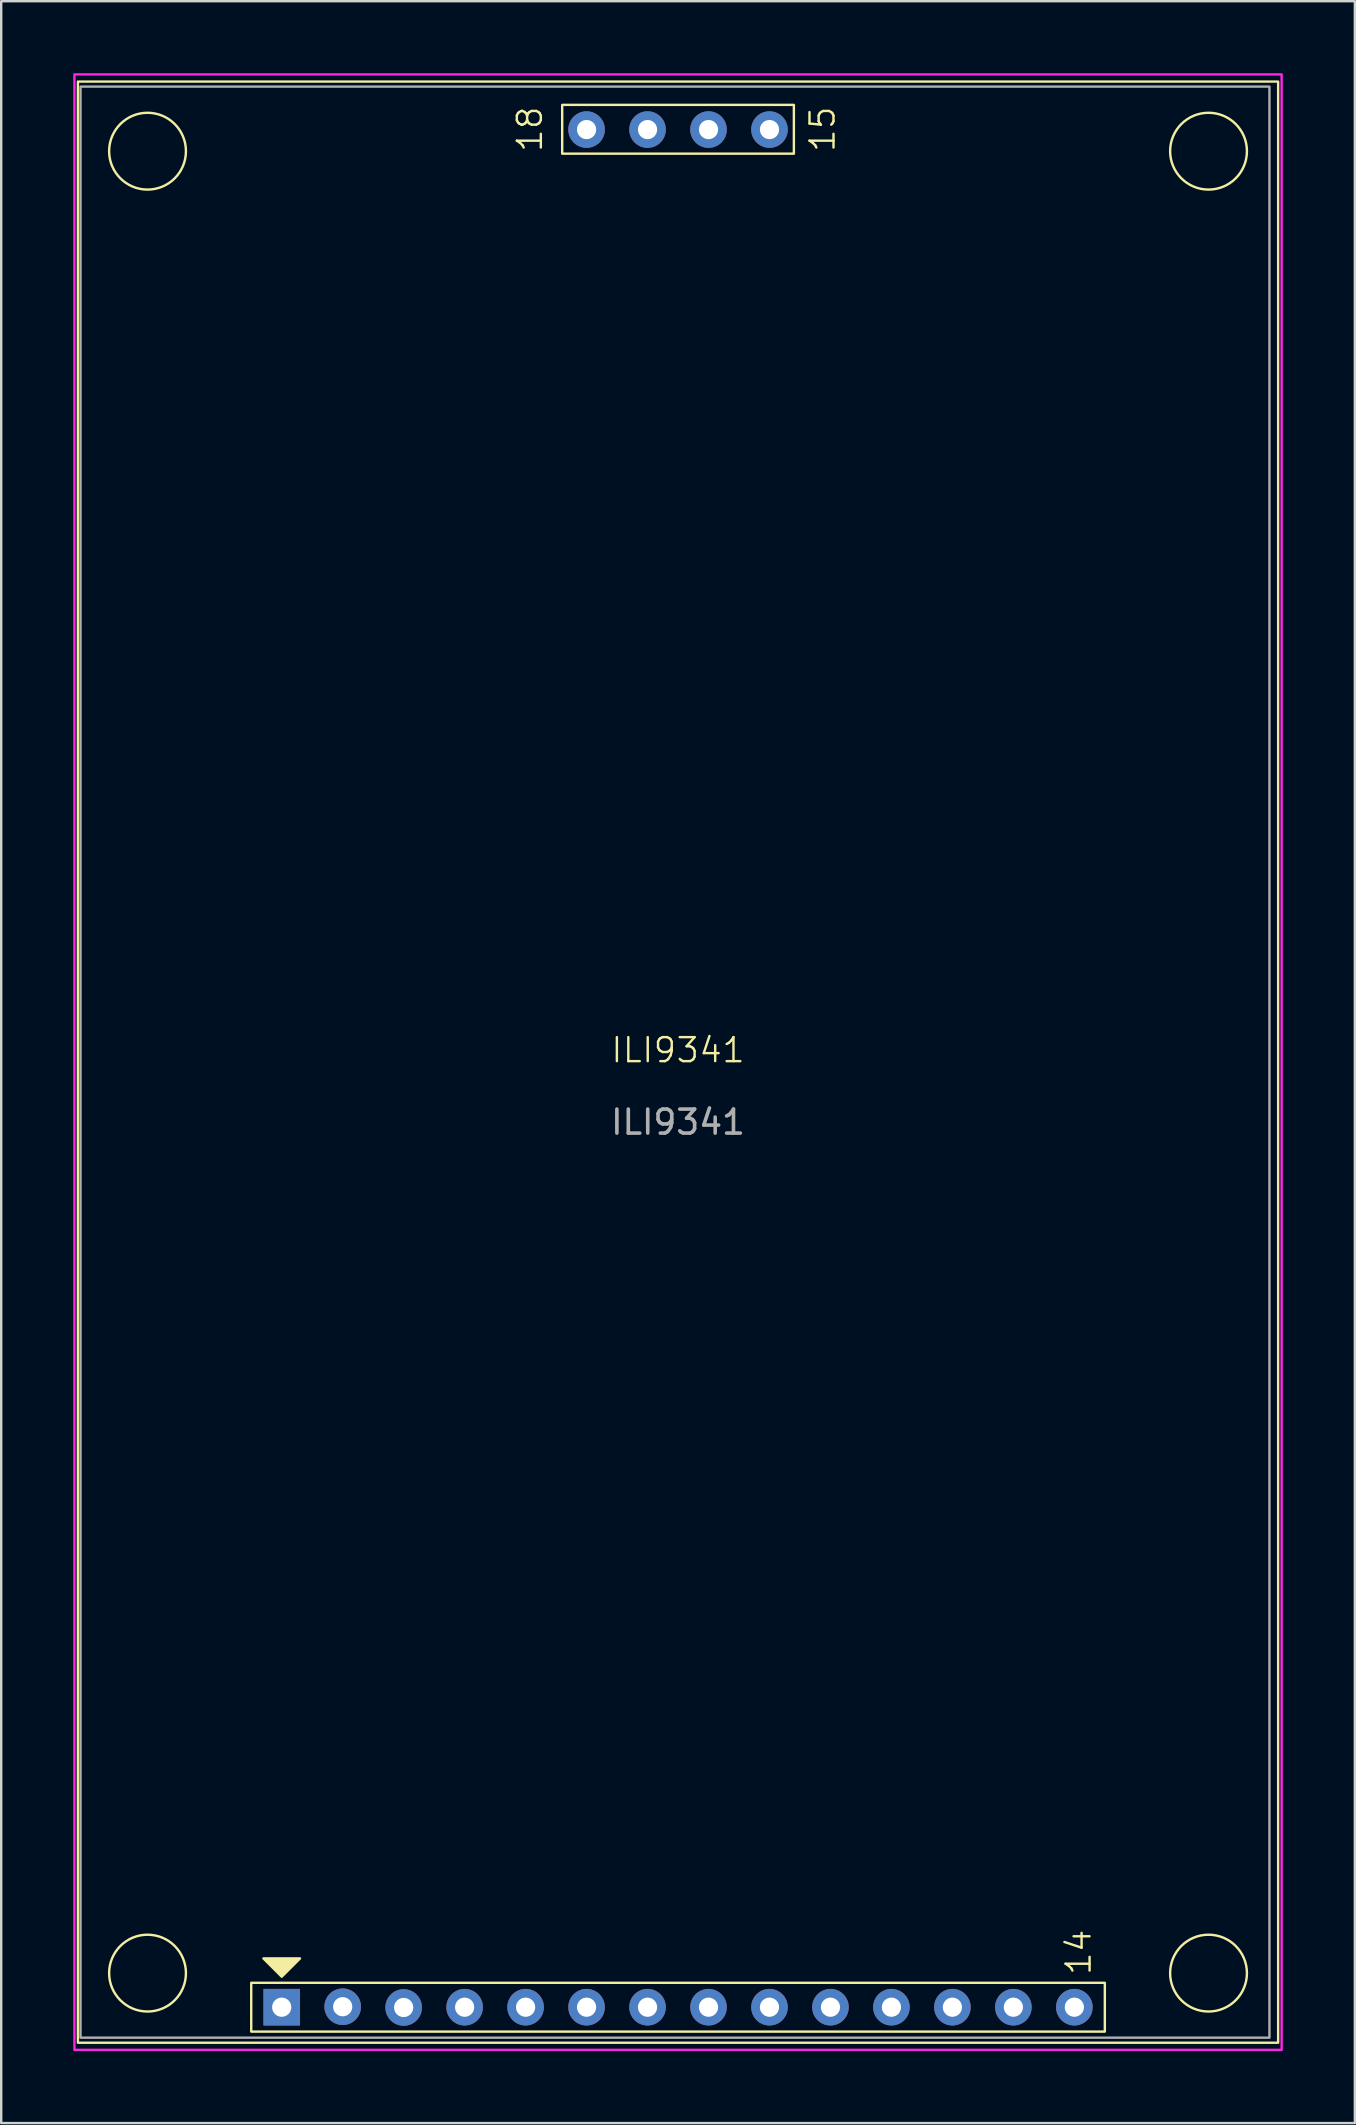
<source format=kicad_pcb>
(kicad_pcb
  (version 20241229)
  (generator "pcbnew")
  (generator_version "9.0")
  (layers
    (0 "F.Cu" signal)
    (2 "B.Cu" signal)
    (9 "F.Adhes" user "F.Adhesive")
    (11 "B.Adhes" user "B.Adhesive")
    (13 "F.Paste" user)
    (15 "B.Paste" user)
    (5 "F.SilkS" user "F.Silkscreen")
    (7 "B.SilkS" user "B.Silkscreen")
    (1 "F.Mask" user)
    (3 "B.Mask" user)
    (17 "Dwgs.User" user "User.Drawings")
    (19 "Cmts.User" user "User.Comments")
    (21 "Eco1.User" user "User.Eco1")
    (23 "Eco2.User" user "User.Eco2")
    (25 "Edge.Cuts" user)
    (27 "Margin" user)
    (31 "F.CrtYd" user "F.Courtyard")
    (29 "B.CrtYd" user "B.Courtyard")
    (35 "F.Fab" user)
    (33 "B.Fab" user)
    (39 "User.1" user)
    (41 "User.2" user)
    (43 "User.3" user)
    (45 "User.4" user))
  (footprint "ILI9341"
    (layer "F.Cu")
    (at 25.196 41.198)
    (property "Reference" "ILI9341" (at 0 -0.5 0) (unlocked yes) (layer "F.SilkS") (effects (font (size 1 1) (thickness 0.1))))
    (attr through_hole)
    (fp_rect (start -25 -40.85) (end 25 40.85) (stroke (width 0.1) (type default)) (fill no) (layer "F.SilkS"))
    (fp_rect (start -17.78 38.354) (end 17.78 40.386) (stroke (width 0.1) (type default)) (fill no) (layer "F.SilkS"))
    (fp_rect (start -4.826 -39.878) (end 4.826 -37.846) (stroke (width 0.1) (type default)) (fill no) (layer "F.SilkS"))
    (fp_circle (center -22.1 -37.95) (end -20.5 -37.95) (stroke (width 0.1) (type default)) (fill no) (layer "F.SilkS"))
    (fp_circle (center -22.1 37.95) (end -20.5 37.95) (stroke (width 0.1) (type default)) (fill no) (layer "F.SilkS"))
    (fp_circle (center 22.1 -37.95) (end 23.7 -37.95) (stroke (width 0.1) (type default)) (fill no) (layer "F.SilkS"))
    (fp_circle (center 22.1 37.95) (end 23.7 37.95) (stroke (width 0.1) (type default)) (fill no) (layer "F.SilkS"))
    (fp_poly (pts (xy -16.51 38.1) (xy -17.272 37.338) (xy -15.748 37.338)) (stroke (width 0.1) (type solid)) (fill yes) (layer "F.SilkS"))
    (fp_rect (start -25.146 -41.148) (end 25.146 41.148) (stroke (width 0.1) (type default)) (fill no) (layer "F.CrtYd"))
    (fp_rect (start -24.892 -40.64) (end 24.638 40.64) (stroke (width 0.1) (type default)) (fill no) (layer "F.Fab"))
    (fp_text user "15" (at 6.604 -37.846 90) (unlocked yes) (layer "F.SilkS") (effects (font (size 1 1) (thickness 0.1)) (justify left bottom)))
    (fp_text user "14" (at 17.272 38.1 90) (unlocked yes) (layer "F.SilkS") (effects (font (size 1 1) (thickness 0.1)) (justify left bottom)))
    (fp_text user "18" (at -5.588 -37.846 90) (unlocked yes) (layer "F.SilkS") (effects (font (size 1 1) (thickness 0.1)) (justify left bottom)))
    (fp_text user "${REFERENCE}" (at 0 2.5 0) (unlocked yes) (layer "F.Fab") (effects (font (size 1 1) (thickness 0.15))))
    (pad "1" thru_hole rect (at -16.51 39.37) (size 1.524 1.524) (drill 0.8) (layers "*.Cu" "*.Mask"))
    (pad "2" thru_hole circle (at -13.97 39.35) (size 1.524 1.524) (drill 0.8) (layers "*.Cu" "*.Mask"))
    (pad "3" thru_hole circle (at -11.43 39.382) (size 1.524 1.524) (drill 0.8) (layers "*.Cu" "*.Mask"))
    (pad "4" thru_hole circle (at -8.89 39.37) (size 1.524 1.524) (drill 0.8) (layers "*.Cu" "*.Mask"))
    (pad "5" thru_hole circle (at -6.35 39.37) (size 1.524 1.524) (drill 0.8) (layers "*.Cu" "*.Mask"))
    (pad "6" thru_hole circle (at -3.81 39.37) (size 1.524 1.524) (drill 0.8) (layers "*.Cu" "*.Mask"))
    (pad "7" thru_hole circle (at -1.27 39.37) (size 1.524 1.524) (drill 0.8) (layers "*.Cu" "*.Mask"))
    (pad "8" thru_hole circle (at 1.27 39.37) (size 1.524 1.524) (drill 0.8) (layers "*.Cu" "*.Mask"))
    (pad "9" thru_hole circle (at 3.81 39.37) (size 1.524 1.524) (drill 0.8) (layers "*.Cu" "*.Mask"))
    (pad "10" thru_hole circle (at 6.35 39.37) (size 1.524 1.524) (drill 0.8) (layers "*.Cu" "*.Mask"))
    (pad "11" thru_hole circle (at 8.89 39.37) (size 1.524 1.524) (drill 0.8) (layers "*.Cu" "*.Mask"))
    (pad "12" thru_hole circle (at 11.43 39.37) (size 1.524 1.524) (drill 0.8) (layers "*.Cu" "*.Mask"))
    (pad "13" thru_hole circle (at 13.97 39.37) (size 1.524 1.524) (drill 0.8) (layers "*.Cu" "*.Mask"))
    (pad "14" thru_hole circle (at 16.51 39.37) (size 1.524 1.524) (drill 0.8) (layers "*.Cu" "*.Mask"))
    (pad "15" thru_hole circle (at 3.81 -38.85) (size 1.524 1.524) (drill 0.8) (layers "*.Cu" "*.Mask"))
    (pad "16" thru_hole circle (at 1.27 -38.85) (size 1.524 1.524) (drill 0.8) (layers "*.Cu" "*.Mask"))
    (pad "17" thru_hole circle (at -1.27 -38.85) (size 1.524 1.524) (drill 0.8) (layers "*.Cu" "*.Mask"))
    (pad "18" thru_hole circle (at -3.81 -38.85) (size 1.524 1.524) (drill 0.8) (layers "*.Cu" "*.Mask")))
  (gr_rect
    (start -3 -3)
    (end 53.392 85.396)
    (stroke (width 0.1) (type default))
    (fill no)
    (layer "Edge.Cuts")))
</source>
